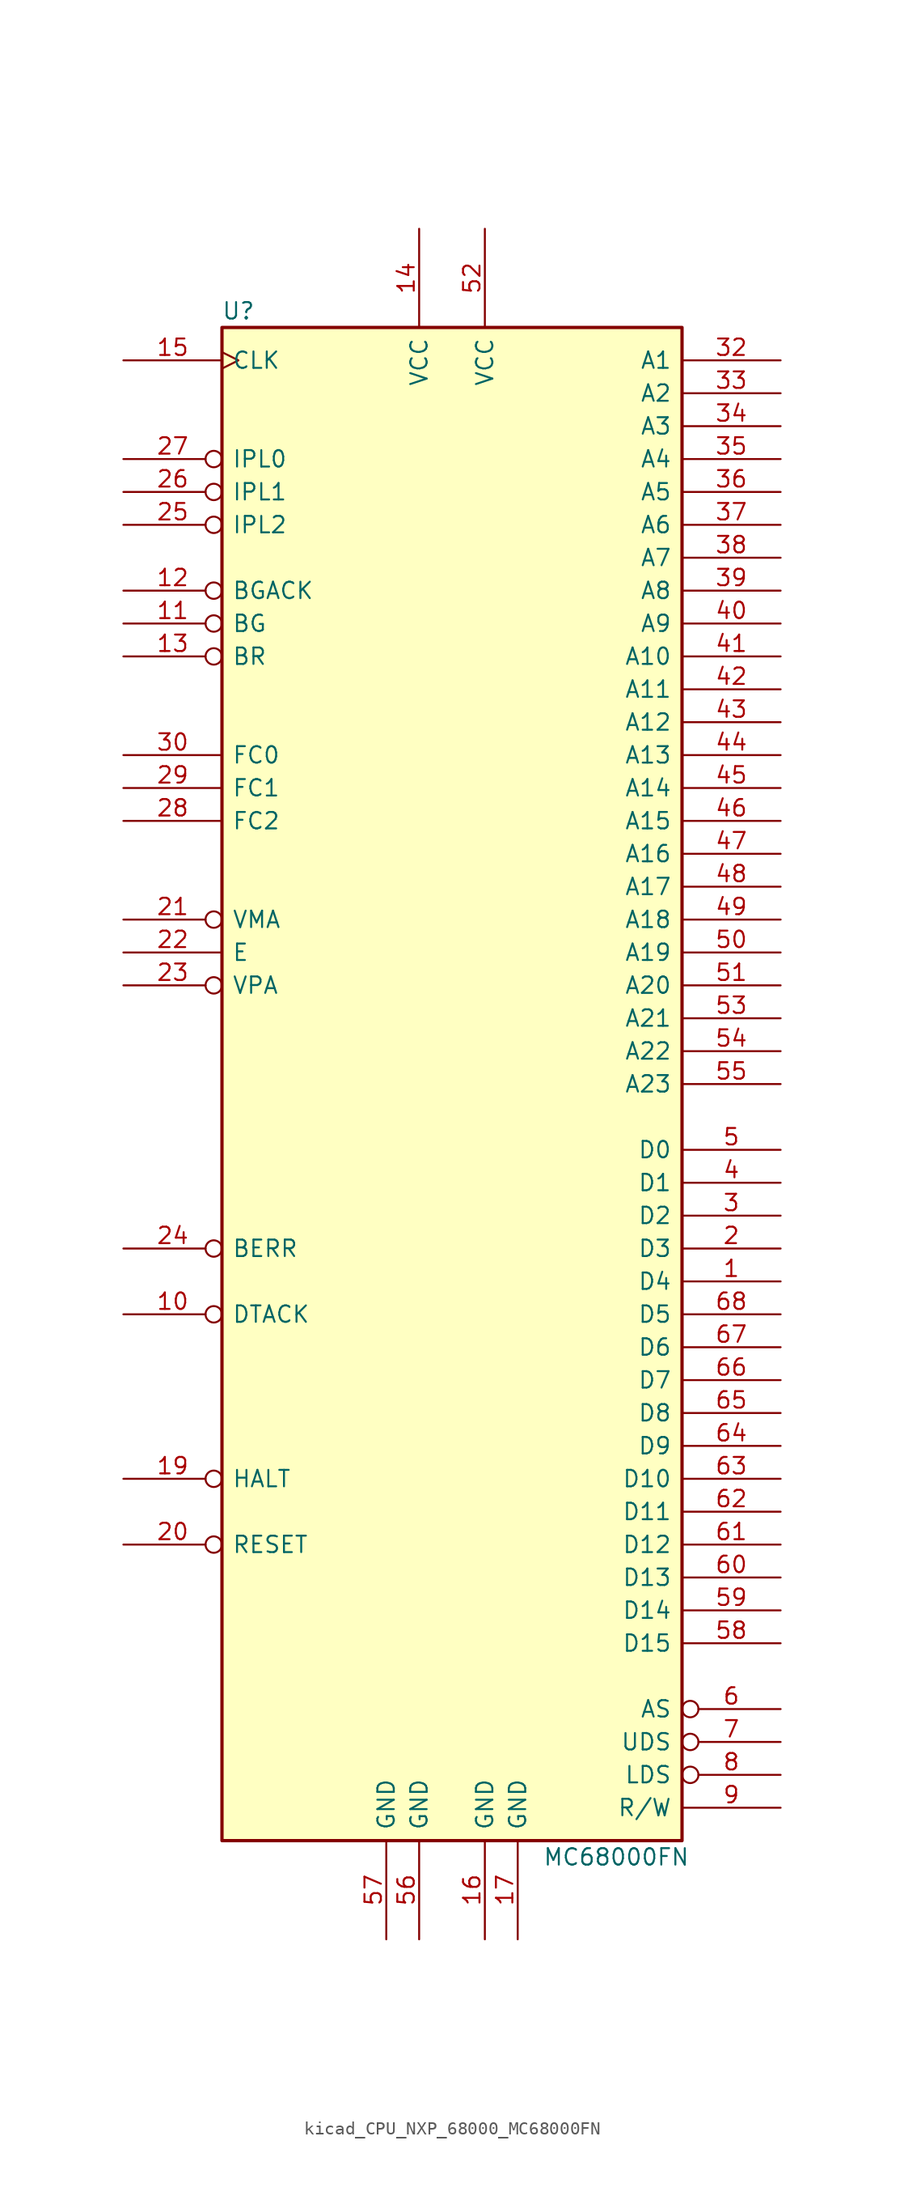
<source format=kicad_sym>
(kicad_symbol_lib
  (version 20220914)
  (generator kicad_symbol_editor)
  (symbol "kicad_CPU_NXP_68000_MC68000FN"
    (pin_names
      (offset 0.762))
    (property "Reference" "U"
      (at -16.51 59.69 0)
      (effects (font (size 1.27 1.27))))
    (property "Value" "MC68000FN"
      (at 12.7 -59.69 0)
      (effects (font (size 1.27 1.27))))
    (symbol "kicad_CPU_NXP_68000_MC68000FN_0_1"
      (rectangle (start -17.78 58.42) (end 17.78 -58.42) (stroke (width 0.254) (type default)) (fill (type background))))
    (symbol "kicad_CPU_NXP_68000_MC68000FN_1_1"
      (pin bidirectional line (at 25.4 -15.24 180) (length 7.62) (name "D4" (effects (font (size 1.27 1.27)))) (number "1" (effects (font (size 1.27 1.27)))))
      (pin input inverted (at -25.4 -17.78 0) (length 7.62) (name "DTACK" (effects (font (size 1.27 1.27)))) (number "10" (effects (font (size 1.27 1.27)))))
      (pin output inverted (at -25.4 35.56 0) (length 7.62) (name "BG" (effects (font (size 1.27 1.27)))) (number "11" (effects (font (size 1.27 1.27)))))
      (pin input inverted (at -25.4 38.1 0) (length 7.62) (name "BGACK" (effects (font (size 1.27 1.27)))) (number "12" (effects (font (size 1.27 1.27)))))
      (pin input inverted (at -25.4 33.02 0) (length 7.62) (name "BR" (effects (font (size 1.27 1.27)))) (number "13" (effects (font (size 1.27 1.27)))))
      (pin power_in line (at -2.54 66.04 270) (length 7.62) (name "VCC" (effects (font (size 1.27 1.27)))) (number "14" (effects (font (size 1.27 1.27)))))
      (pin input clock (at -25.4 55.88 0) (length 7.62) (name "CLK" (effects (font (size 1.27 1.27)))) (number "15" (effects (font (size 1.27 1.27)))))
      (pin power_in line (at 2.54 -66.04 90) (length 7.62) (name "GND" (effects (font (size 1.27 1.27)))) (number "16" (effects (font (size 1.27 1.27)))))
      (pin power_in line (at 5.08 -66.04 90) (length 7.62) (name "GND" (effects (font (size 1.27 1.27)))) (number "17" (effects (font (size 1.27 1.27)))))
      (pin no_connect line (at -17.78 -45.72 0) (length 0) hide (name "NC" (effects (font (size 1.27 1.27)))) (number "18" (effects (font (size 1.27 1.27)))))
      (pin bidirectional inverted (at -25.4 -30.48 0) (length 7.62) (name "HALT" (effects (font (size 1.27 1.27)))) (number "19" (effects (font (size 1.27 1.27)))))
      (pin bidirectional line (at 25.4 -12.7 180) (length 7.62) (name "D3" (effects (font (size 1.27 1.27)))) (number "2" (effects (font (size 1.27 1.27)))))
      (pin input inverted (at -25.4 -35.56 0) (length 7.62) (name "RESET" (effects (font (size 1.27 1.27)))) (number "20" (effects (font (size 1.27 1.27)))))
      (pin output inverted (at -25.4 12.7 0) (length 7.62) (name "VMA" (effects (font (size 1.27 1.27)))) (number "21" (effects (font (size 1.27 1.27)))))
      (pin output line (at -25.4 10.16 0) (length 7.62) (name "E" (effects (font (size 1.27 1.27)))) (number "22" (effects (font (size 1.27 1.27)))))
      (pin input inverted (at -25.4 7.62 0) (length 7.62) (name "VPA" (effects (font (size 1.27 1.27)))) (number "23" (effects (font (size 1.27 1.27)))))
      (pin input inverted (at -25.4 -12.7 0) (length 7.62) (name "BERR" (effects (font (size 1.27 1.27)))) (number "24" (effects (font (size 1.27 1.27)))))
      (pin input inverted (at -25.4 43.18 0) (length 7.62) (name "IPL2" (effects (font (size 1.27 1.27)))) (number "25" (effects (font (size 1.27 1.27)))))
      (pin input inverted (at -25.4 45.72 0) (length 7.62) (name "IPL1" (effects (font (size 1.27 1.27)))) (number "26" (effects (font (size 1.27 1.27)))))
      (pin input inverted (at -25.4 48.26 0) (length 7.62) (name "IPL0" (effects (font (size 1.27 1.27)))) (number "27" (effects (font (size 1.27 1.27)))))
      (pin output line (at -25.4 20.32 0) (length 7.62) (name "FC2" (effects (font (size 1.27 1.27)))) (number "28" (effects (font (size 1.27 1.27)))))
      (pin output line (at -25.4 22.86 0) (length 7.62) (name "FC1" (effects (font (size 1.27 1.27)))) (number "29" (effects (font (size 1.27 1.27)))))
      (pin bidirectional line (at 25.4 -10.16 180) (length 7.62) (name "D2" (effects (font (size 1.27 1.27)))) (number "3" (effects (font (size 1.27 1.27)))))
      (pin output line (at -25.4 25.4 0) (length 7.62) (name "FC0" (effects (font (size 1.27 1.27)))) (number "30" (effects (font (size 1.27 1.27)))))
      (pin no_connect line (at -17.78 -48.26 0) (length 0) hide (name "NC" (effects (font (size 1.27 1.27)))) (number "31" (effects (font (size 1.27 1.27)))))
      (pin output line (at 25.4 55.88 180) (length 7.62) (name "A1" (effects (font (size 1.27 1.27)))) (number "32" (effects (font (size 1.27 1.27)))))
      (pin output line (at 25.4 53.34 180) (length 7.62) (name "A2" (effects (font (size 1.27 1.27)))) (number "33" (effects (font (size 1.27 1.27)))))
      (pin output line (at 25.4 50.8 180) (length 7.62) (name "A3" (effects (font (size 1.27 1.27)))) (number "34" (effects (font (size 1.27 1.27)))))
      (pin output line (at 25.4 48.26 180) (length 7.62) (name "A4" (effects (font (size 1.27 1.27)))) (number "35" (effects (font (size 1.27 1.27)))))
      (pin output line (at 25.4 45.72 180) (length 7.62) (name "A5" (effects (font (size 1.27 1.27)))) (number "36" (effects (font (size 1.27 1.27)))))
      (pin output line (at 25.4 43.18 180) (length 7.62) (name "A6" (effects (font (size 1.27 1.27)))) (number "37" (effects (font (size 1.27 1.27)))))
      (pin output line (at 25.4 40.64 180) (length 7.62) (name "A7" (effects (font (size 1.27 1.27)))) (number "38" (effects (font (size 1.27 1.27)))))
      (pin output line (at 25.4 38.1 180) (length 7.62) (name "A8" (effects (font (size 1.27 1.27)))) (number "39" (effects (font (size 1.27 1.27)))))
      (pin bidirectional line (at 25.4 -7.62 180) (length 7.62) (name "D1" (effects (font (size 1.27 1.27)))) (number "4" (effects (font (size 1.27 1.27)))))
      (pin output line (at 25.4 35.56 180) (length 7.62) (name "A9" (effects (font (size 1.27 1.27)))) (number "40" (effects (font (size 1.27 1.27)))))
      (pin output line (at 25.4 33.02 180) (length 7.62) (name "A10" (effects (font (size 1.27 1.27)))) (number "41" (effects (font (size 1.27 1.27)))))
      (pin output line (at 25.4 30.48 180) (length 7.62) (name "A11" (effects (font (size 1.27 1.27)))) (number "42" (effects (font (size 1.27 1.27)))))
      (pin output line (at 25.4 27.94 180) (length 7.62) (name "A12" (effects (font (size 1.27 1.27)))) (number "43" (effects (font (size 1.27 1.27)))))
      (pin output line (at 25.4 25.4 180) (length 7.62) (name "A13" (effects (font (size 1.27 1.27)))) (number "44" (effects (font (size 1.27 1.27)))))
      (pin output line (at 25.4 22.86 180) (length 7.62) (name "A14" (effects (font (size 1.27 1.27)))) (number "45" (effects (font (size 1.27 1.27)))))
      (pin output line (at 25.4 20.32 180) (length 7.62) (name "A15" (effects (font (size 1.27 1.27)))) (number "46" (effects (font (size 1.27 1.27)))))
      (pin output line (at 25.4 17.78 180) (length 7.62) (name "A16" (effects (font (size 1.27 1.27)))) (number "47" (effects (font (size 1.27 1.27)))))
      (pin output line (at 25.4 15.24 180) (length 7.62) (name "A17" (effects (font (size 1.27 1.27)))) (number "48" (effects (font (size 1.27 1.27)))))
      (pin output line (at 25.4 12.7 180) (length 7.62) (name "A18" (effects (font (size 1.27 1.27)))) (number "49" (effects (font (size 1.27 1.27)))))
      (pin bidirectional line (at 25.4 -5.08 180) (length 7.62) (name "D0" (effects (font (size 1.27 1.27)))) (number "5" (effects (font (size 1.27 1.27)))))
      (pin output line (at 25.4 10.16 180) (length 7.62) (name "A19" (effects (font (size 1.27 1.27)))) (number "50" (effects (font (size 1.27 1.27)))))
      (pin output line (at 25.4 7.62 180) (length 7.62) (name "A20" (effects (font (size 1.27 1.27)))) (number "51" (effects (font (size 1.27 1.27)))))
      (pin power_in line (at 2.54 66.04 270) (length 7.62) (name "VCC" (effects (font (size 1.27 1.27)))) (number "52" (effects (font (size 1.27 1.27)))))
      (pin output line (at 25.4 5.08 180) (length 7.62) (name "A21" (effects (font (size 1.27 1.27)))) (number "53" (effects (font (size 1.27 1.27)))))
      (pin output line (at 25.4 2.54 180) (length 7.62) (name "A22" (effects (font (size 1.27 1.27)))) (number "54" (effects (font (size 1.27 1.27)))))
      (pin output line (at 25.4 0 180) (length 7.62) (name "A23" (effects (font (size 1.27 1.27)))) (number "55" (effects (font (size 1.27 1.27)))))
      (pin power_in line (at -2.54 -66.04 90) (length 7.62) (name "GND" (effects (font (size 1.27 1.27)))) (number "56" (effects (font (size 1.27 1.27)))))
      (pin power_in line (at -5.08 -66.04 90) (length 7.62) (name "GND" (effects (font (size 1.27 1.27)))) (number "57" (effects (font (size 1.27 1.27)))))
      (pin bidirectional line (at 25.4 -43.18 180) (length 7.62) (name "D15" (effects (font (size 1.27 1.27)))) (number "58" (effects (font (size 1.27 1.27)))))
      (pin bidirectional line (at 25.4 -40.64 180) (length 7.62) (name "D14" (effects (font (size 1.27 1.27)))) (number "59" (effects (font (size 1.27 1.27)))))
      (pin output inverted (at 25.4 -48.26 180) (length 7.62) (name "AS" (effects (font (size 1.27 1.27)))) (number "6" (effects (font (size 1.27 1.27)))))
      (pin bidirectional line (at 25.4 -38.1 180) (length 7.62) (name "D13" (effects (font (size 1.27 1.27)))) (number "60" (effects (font (size 1.27 1.27)))))
      (pin bidirectional line (at 25.4 -35.56 180) (length 7.62) (name "D12" (effects (font (size 1.27 1.27)))) (number "61" (effects (font (size 1.27 1.27)))))
      (pin bidirectional line (at 25.4 -33.02 180) (length 7.62) (name "D11" (effects (font (size 1.27 1.27)))) (number "62" (effects (font (size 1.27 1.27)))))
      (pin bidirectional line (at 25.4 -30.48 180) (length 7.62) (name "D10" (effects (font (size 1.27 1.27)))) (number "63" (effects (font (size 1.27 1.27)))))
      (pin bidirectional line (at 25.4 -27.94 180) (length 7.62) (name "D9" (effects (font (size 1.27 1.27)))) (number "64" (effects (font (size 1.27 1.27)))))
      (pin bidirectional line (at 25.4 -25.4 180) (length 7.62) (name "D8" (effects (font (size 1.27 1.27)))) (number "65" (effects (font (size 1.27 1.27)))))
      (pin bidirectional line (at 25.4 -22.86 180) (length 7.62) (name "D7" (effects (font (size 1.27 1.27)))) (number "66" (effects (font (size 1.27 1.27)))))
      (pin bidirectional line (at 25.4 -20.32 180) (length 7.62) (name "D6" (effects (font (size 1.27 1.27)))) (number "67" (effects (font (size 1.27 1.27)))))
      (pin bidirectional line (at 25.4 -17.78 180) (length 7.62) (name "D5" (effects (font (size 1.27 1.27)))) (number "68" (effects (font (size 1.27 1.27)))))
      (pin output inverted (at 25.4 -50.8 180) (length 7.62) (name "UDS" (effects (font (size 1.27 1.27)))) (number "7" (effects (font (size 1.27 1.27)))))
      (pin output inverted (at 25.4 -53.34 180) (length 7.62) (name "LDS" (effects (font (size 1.27 1.27)))) (number "8" (effects (font (size 1.27 1.27)))))
      (pin output line (at 25.4 -55.88 180) (length 7.62) (name "R/W" (effects (font (size 1.27 1.27)))) (number "9" (effects (font (size 1.27 1.27))))))))
</source>
